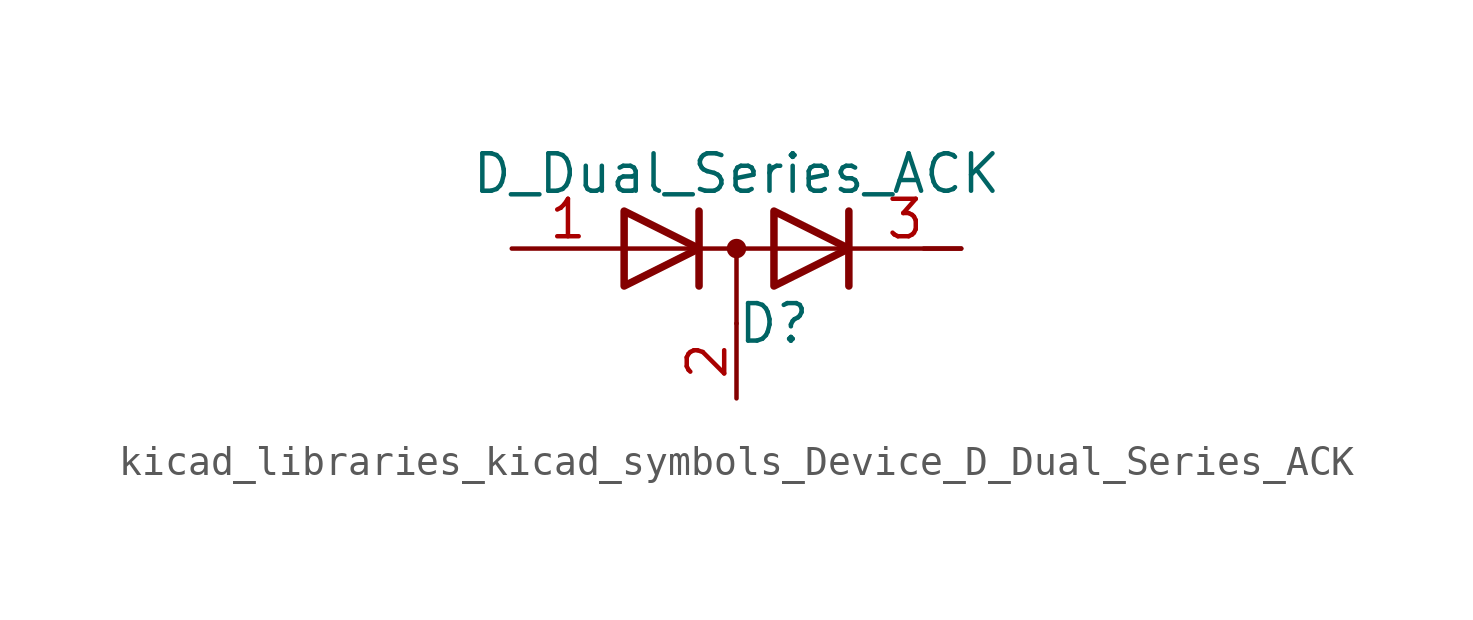
<source format=kicad_sym>
(kicad_symbol_lib
  (version 20220914)
  (generator kicad_symbol_editor)
  (symbol "kicad_libraries_kicad_symbols_Device_D_Dual_Series_ACK"
    (pin_names
      (offset 0.762) hide)
    (property "Reference" "D"
      (at 1.27 -2.54 0)
      (effects (font (size 1.27 1.27))))
    (property "Value" "D_Dual_Series_ACK"
      (at 0 2.54 0)
      (effects (font (size 1.27 1.27))))
    (symbol "kicad_libraries_kicad_symbols_Device_D_Dual_Series_ACK_0_1"
      (polyline (pts (xy 0 0) (xy 0 -2.54)) (stroke (width 0) (type default)) (fill (type none)))
      (polyline (pts (xy 3.81 0) (xy -3.81 0)) (stroke (width 0) (type default)) (fill (type none)))
      (polyline (pts (xy 6.35 0) (xy 7.62 0)) (stroke (width 0) (type default)) (fill (type none)))
      (polyline (pts (xy -1.27 -1.27) (xy -1.27 1.27) (xy -1.27 1.27)) (stroke (width 0.254) (type default)) (fill (type none)))
      (polyline (pts (xy 3.81 1.27) (xy 3.81 -1.27) (xy 3.81 -1.27)) (stroke (width 0.254) (type default)) (fill (type none)))
      (polyline (pts (xy -3.81 1.27) (xy -1.27 0) (xy -3.81 -1.27) (xy -3.81 1.27) (xy -3.81 1.27) (xy -3.81 1.27)) (stroke (width 0.254) (type default)) (fill (type none)))
      (polyline (pts (xy 1.27 1.27) (xy 3.81 0) (xy 1.27 -1.27) (xy 1.27 1.27) (xy 1.27 1.27) (xy 1.27 1.27)) (stroke (width 0.254) (type default)) (fill (type none)))
      (circle (center 0 0) (radius 0.254) (stroke (width 0) (type default)) (fill (type outline)))
      (pin passive line (at -7.62 0 0) (length 3.81) (name "A" (effects (font (size 1.27 1.27)))) (number "1" (effects (font (size 1.27 1.27)))))
      (pin passive line (at 0 -5.08 90) (length 2.54) (name "common" (effects (font (size 1.27 1.27)))) (number "2" (effects (font (size 1.27 1.27)))))
      (pin passive line (at 7.62 0 180) (length 3.81) (name "K" (effects (font (size 1.27 1.27)))) (number "3" (effects (font (size 1.27 1.27))))))))
</source>
